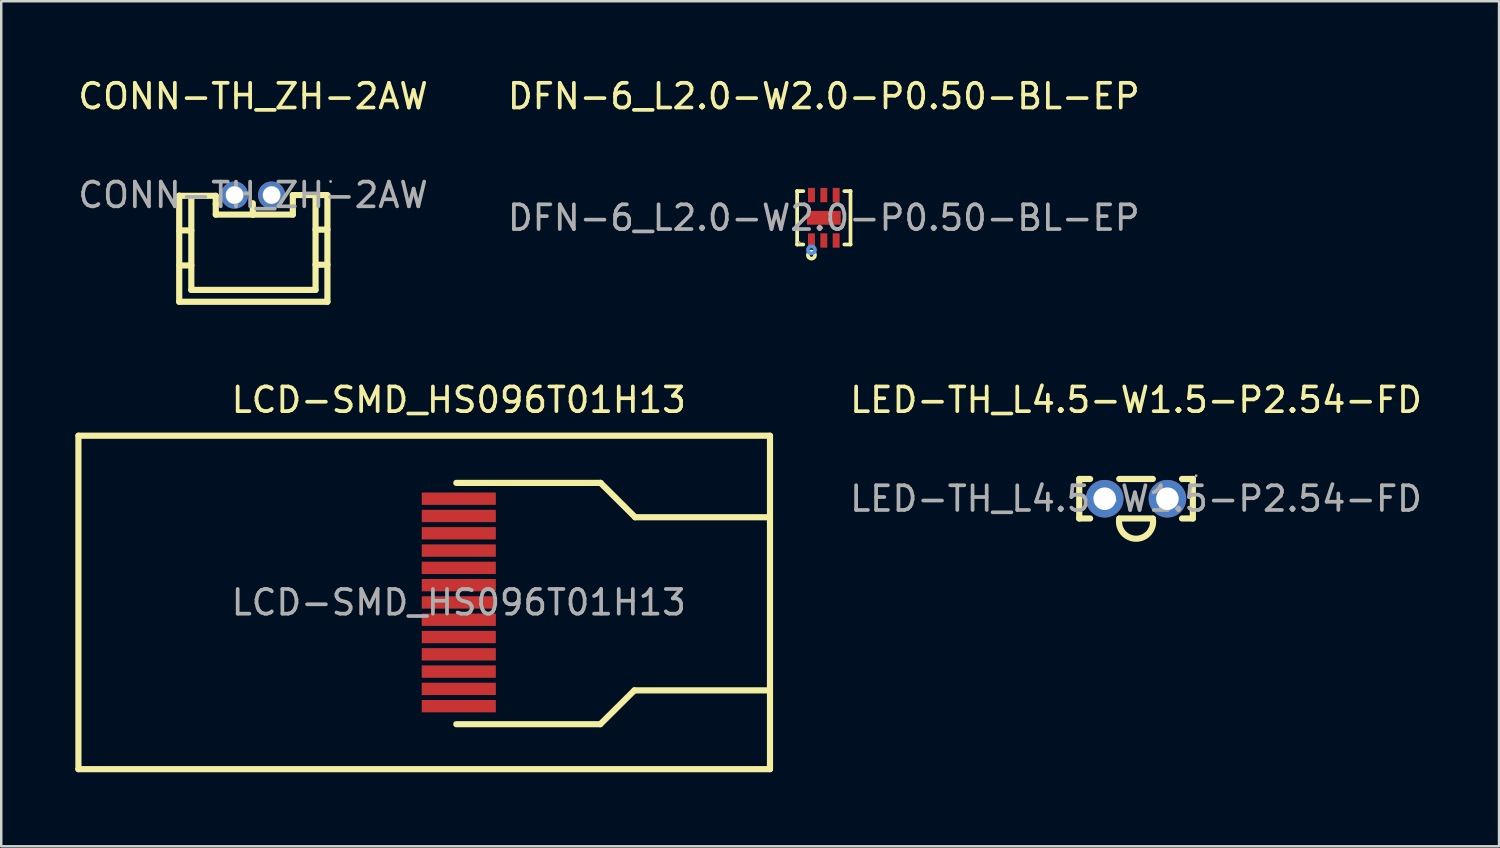
<source format=kicad_pcb>
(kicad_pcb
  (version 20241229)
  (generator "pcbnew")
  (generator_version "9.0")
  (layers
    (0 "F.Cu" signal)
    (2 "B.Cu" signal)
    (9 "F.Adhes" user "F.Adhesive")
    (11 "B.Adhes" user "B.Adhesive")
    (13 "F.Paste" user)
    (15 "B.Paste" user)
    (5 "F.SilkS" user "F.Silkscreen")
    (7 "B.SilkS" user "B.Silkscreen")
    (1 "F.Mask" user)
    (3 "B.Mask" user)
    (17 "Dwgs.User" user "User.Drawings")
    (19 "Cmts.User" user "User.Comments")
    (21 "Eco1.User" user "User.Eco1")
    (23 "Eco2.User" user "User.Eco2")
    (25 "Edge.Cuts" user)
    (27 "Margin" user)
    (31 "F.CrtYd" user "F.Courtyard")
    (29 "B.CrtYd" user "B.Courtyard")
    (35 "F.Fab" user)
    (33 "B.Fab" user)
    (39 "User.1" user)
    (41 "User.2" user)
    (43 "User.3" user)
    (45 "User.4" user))
  (footprint "CONN-TH_ZH-2AW"
    (layer "F.Cu")
    (at 7.196 4.848)
    (property "Reference" "CONN-TH_ZH-2AW" (at 0 -4 0) (layer "F.SilkS") (effects (font (size 1 1) (thickness 0.15))))
    (attr through_hole)
    (fp_line (start -2.99 0.03) (end -1.51 0.03) (stroke (width 0.25) (type solid)) (layer "F.SilkS"))
    (fp_line (start -2.99 4.32) (end -2.99 0.02) (stroke (width 0.25) (type solid)) (layer "F.SilkS"))
    (fp_line (start -2.98 1.43) (end -2.5 1.43) (stroke (width 0.25) (type solid)) (layer "F.SilkS"))
    (fp_line (start -2.98 2.85) (end -2.5 2.85) (stroke (width 0.25) (type solid)) (layer "F.SilkS"))
    (fp_line (start -2.5 3.84) (end -2.5 0.05) (stroke (width 0.25) (type solid)) (layer "F.SilkS"))
    (fp_line (start -1.51 0.03) (end -1.51 0.38) (stroke (width 0.25) (type solid)) (layer "F.SilkS"))
    (fp_line (start -1.51 0.79) (end -1.51 0.36) (stroke (width 0.25) (type solid)) (layer "F.SilkS"))
    (fp_line (start -0.01 0.79) (end -0.01 0.33) (stroke (width 0.25) (type solid)) (layer "F.SilkS"))
    (fp_line (start 0.01 0.79) (end -1.51 0.79) (stroke (width 0.25) (type solid)) (layer "F.SilkS"))
    (fp_line (start 1.61 0) (end 1.61 0.79) (stroke (width 0.25) (type solid)) (layer "F.SilkS"))
    (fp_line (start 1.61 0.79) (end -0.01 0.79) (stroke (width 0.25) (type solid)) (layer "F.SilkS"))
    (fp_line (start 2.53 1.4) (end 3.01 1.4) (stroke (width 0.25) (type solid)) (layer "F.SilkS"))
    (fp_line (start 2.53 2.82) (end 3.01 2.82) (stroke (width 0.25) (type solid)) (layer "F.SilkS"))
    (fp_line (start 2.53 3.84) (end -2.5 3.84) (stroke (width 0.25) (type solid)) (layer "F.SilkS"))
    (fp_line (start 2.53 3.84) (end 2.53 0.08) (stroke (width 0.25) (type solid)) (layer "F.SilkS"))
    (fp_line (start 3.01 0) (end 1.61 0) (stroke (width 0.25) (type solid)) (layer "F.SilkS"))
    (fp_line (start 3.01 4.32) (end -2.99 4.32) (stroke (width 0.25) (type solid)) (layer "F.SilkS"))
    (fp_line (start 3.01 4.32) (end 3.01 0.02) (stroke (width 0.25) (type solid)) (layer "F.SilkS"))
    (fp_circle (center -0.75 0) (end -0.63 0) (stroke (width 0.25) (type solid)) (fill no) (layer "F.Fab"))
    (fp_circle (center 0.75 0) (end 0.87 0) (stroke (width 0.25) (type solid)) (fill no) (layer "F.Fab"))
    (fp_circle (center 3.14 -0.55) (end 3.17 -0.55) (stroke (width 0.06) (type solid)) (fill no) (layer "F.Fab"))
    (fp_text user "${REFERENCE}" (at 0 0 0) (layer "F.Fab") (effects (font (size 1 1) (thickness 0.15))))
    (pad "1" thru_hole circle (at 0.75 0 180) (size 1.1 1.1) (drill 0.7) (layers "*.Cu" "*.Mask"))
    (pad "2" thru_hole circle (at -0.75 0 180) (size 1.1 1.1) (drill 0.7) (layers "*.Cu" "*.Mask")))
  (footprint "LCD-SMD_HS096T01H13"
    (layer "F.Cu")
    (at 15.525 21.341)
    (property "Reference" "LCD-SMD_HS096T01H13" (at 0 -8.2 0) (layer "F.SilkS") (effects (font (size 1 1) (thickness 0.15))))
    (attr through_hole)
    (fp_line (start -15.4 -6.75) (end -15.4 6.75) (stroke (width 0.25) (type solid)) (layer "F.SilkS"))
    (fp_line (start -0.1 -4.84) (end 5.74 -4.84) (stroke (width 0.25) (type solid)) (layer "F.SilkS"))
    (fp_line (start -0.1 4.93) (end 5.73 4.93) (stroke (width 0.25) (type solid)) (layer "F.SilkS"))
    (fp_line (start 5.73 4.93) (end 7.11 3.56) (stroke (width 0.25) (type solid)) (layer "F.SilkS"))
    (fp_line (start 5.74 -4.84) (end 7.14 -3.45) (stroke (width 0.25) (type solid)) (layer "F.SilkS"))
    (fp_line (start 7.11 3.56) (end 12.6 3.56) (stroke (width 0.25) (type solid)) (layer "F.SilkS"))
    (fp_line (start 7.14 -3.45) (end 12.6 -3.45) (stroke (width 0.25) (type solid)) (layer "F.SilkS"))
    (fp_line (start 12.6 -6.75) (end -15.4 -6.75) (stroke (width 0.25) (type solid)) (layer "F.SilkS"))
    (fp_line (start 12.6 -6.75) (end 12.6 6.75) (stroke (width 0.25) (type solid)) (layer "F.SilkS"))
    (fp_line (start 12.6 6.75) (end -15.4 6.75) (stroke (width 0.25) (type solid)) (layer "F.SilkS"))
    (fp_text user "${REFERENCE}" (at 0 0 0) (layer "F.Fab") (effects (font (size 1 1) (thickness 0.15))))
    (pad "1" smd rect (at 0 -4.2) (size 3 0.5) (layers "F.Cu" "F.Mask" "F.Paste"))
    (pad "2" smd rect (at 0 -3.5) (size 3 0.5) (layers "F.Cu" "F.Mask" "F.Paste"))
    (pad "3" smd rect (at 0 -2.8) (size 3 0.5) (layers "F.Cu" "F.Mask" "F.Paste"))
    (pad "4" smd rect (at 0 -2.1) (size 3 0.5) (layers "F.Cu" "F.Mask" "F.Paste"))
    (pad "5" smd rect (at 0 -1.4) (size 3 0.5) (layers "F.Cu" "F.Mask" "F.Paste"))
    (pad "6" smd rect (at 0 -0.7) (size 3 0.5) (layers "F.Cu" "F.Mask" "F.Paste"))
    (pad "7" smd rect (at 0 0) (size 3 0.5) (layers "F.Cu" "F.Mask" "F.Paste"))
    (pad "8" smd rect (at 0 0.7) (size 3 0.5) (layers "F.Cu" "F.Mask" "F.Paste"))
    (pad "9" smd rect (at 0 1.4) (size 3 0.5) (layers "F.Cu" "F.Mask" "F.Paste"))
    (pad "10" smd rect (at 0 2.1) (size 3 0.5) (layers "F.Cu" "F.Mask" "F.Paste"))
    (pad "11" smd rect (at 0 2.8) (size 3 0.5) (layers "F.Cu" "F.Mask" "F.Paste"))
    (pad "12" smd rect (at 0 3.5) (size 3 0.5) (layers "F.Cu" "F.Mask" "F.Paste"))
    (pad "13" smd rect (at 0 4.2) (size 3 0.5) (layers "F.Cu" "F.Mask" "F.Paste")))
  (footprint "DFN-6_L2.0-W2.0-P0.50-BL-EP"
    (layer "F.Cu")
    (at 30.304 5.768)
    (property "Reference" "DFN-6_L2.0-W2.0-P0.50-BL-EP" (at 0 -4.92 0) (layer "F.SilkS") (effects (font (size 1 1) (thickness 0.15))))
    (attr smd)
    (fp_line (start -1.08 -1.08) (end -1.08 -1.08) (stroke (width 0.15) (type solid)) (layer "F.SilkS"))
    (fp_line (start -1.08 -1.08) (end -0.83 -1.08) (stroke (width 0.15) (type solid)) (layer "F.SilkS"))
    (fp_line (start -1.08 1.08) (end -1.08 -1.08) (stroke (width 0.15) (type solid)) (layer "F.SilkS"))
    (fp_line (start -1.08 1.08) (end -1.08 1.08) (stroke (width 0.15) (type solid)) (layer "F.SilkS"))
    (fp_line (start -0.83 1.08) (end -1.08 1.08) (stroke (width 0.15) (type solid)) (layer "F.SilkS"))
    (fp_line (start 0.83 1.08) (end 1.08 1.08) (stroke (width 0.15) (type solid)) (layer "F.SilkS"))
    (fp_line (start 1.08 -1.08) (end 0.83 -1.08) (stroke (width 0.15) (type solid)) (layer "F.SilkS"))
    (fp_line (start 1.08 -1.08) (end 1.08 -1.08) (stroke (width 0.15) (type solid)) (layer "F.SilkS"))
    (fp_line (start 1.08 1.08) (end 1.08 -1.08) (stroke (width 0.15) (type solid)) (layer "F.SilkS"))
    (fp_line (start 1.08 1.08) (end 1.08 1.08) (stroke (width 0.15) (type solid)) (layer "F.SilkS"))
    (fp_circle (center -0.5 1.51) (end -0.43 1.51) (stroke (width 0.15) (type solid)) (fill no) (layer "F.SilkS"))
    (fp_circle (center -0.5 1.3) (end -0.43 1.3) (stroke (width 0.15) (type solid)) (fill no) (layer "Cmts.User"))
    (fp_circle (center -1 1) (end -0.97 1) (stroke (width 0.06) (type solid)) (fill no) (layer "F.Fab"))
    (fp_text user "${REFERENCE}" (at 0 0 0) (layer "F.Fab") (effects (font (size 1 1) (thickness 0.15))))
    (pad "1" smd rect (at -0.5 0.92) (size 0.28 0.58) (layers "F.Cu" "F.Mask" "F.Paste"))
    (pad "2" smd rect (at 0 0.92) (size 0.28 0.58) (layers "F.Cu" "F.Mask" "F.Paste"))
    (pad "3" smd rect (at 0.5 0.92) (size 0.28 0.58) (layers "F.Cu" "F.Mask" "F.Paste"))
    (pad "4" smd rect (at 0.5 -0.92) (size 0.28 0.58) (layers "F.Cu" "F.Mask" "F.Paste"))
    (pad "5" smd rect (at 0 -0.92) (size 0.28 0.58) (layers "F.Cu" "F.Mask" "F.Paste"))
    (pad "6" smd rect (at -0.5 -0.92) (size 0.28 0.58) (layers "F.Cu" "F.Mask" "F.Paste"))
    (pad "7" smd rect (at 0 0) (size 1.37 0.56) (layers "F.Cu" "F.Mask" "F.Paste")))
  (footprint "LED-TH_L4.5-W1.5-P2.54-FD"
    (layer "F.Cu")
    (at 42.946 17.142)
    (property "Reference" "LED-TH_L4.5-W1.5-P2.54-FD" (at 0 -4 0) (layer "F.SilkS") (effects (font (size 1 1) (thickness 0.15))))
    (attr through_hole)
    (fp_line (start -2.3 -0.8) (end -1.86 -0.8) (stroke (width 0.25) (type solid)) (layer "F.SilkS"))
    (fp_line (start -2.3 0.8) (end -2.3 -0.8) (stroke (width 0.25) (type solid)) (layer "F.SilkS"))
    (fp_line (start -1.86 0.8) (end -2.3 0.8) (stroke (width 0.25) (type solid)) (layer "F.SilkS"))
    (fp_line (start -0.68 -0.8) (end 0.68 -0.8) (stroke (width 0.25) (type solid)) (layer "F.SilkS"))
    (fp_line (start 0.68 0.8) (end -0.68 0.8) (stroke (width 0.25) (type solid)) (layer "F.SilkS"))
    (fp_line (start 1.86 -0.8) (end 2.3 -0.8) (stroke (width 0.25) (type solid)) (layer "F.SilkS"))
    (fp_line (start 2.3 -0.8) (end 2.3 0.8) (stroke (width 0.25) (type solid)) (layer "F.SilkS"))
    (fp_line (start 2.3 0.8) (end 1.86 0.8) (stroke (width 0.25) (type solid)) (layer "F.SilkS"))
    (fp_arc (start 0.680993 0.815772) (mid -0.002928 1.6205) (end -0.68 0.81) (stroke (width 0.25) (type solid)) (layer "F.SilkS"))
    (fp_circle (center -1.27 0) (end -1.09 0) (stroke (width 0.36) (type solid)) (fill no) (layer "F.Fab"))
    (fp_circle (center 1.27 0) (end 1.45 0) (stroke (width 0.36) (type solid)) (fill no) (layer "F.Fab"))
    (fp_circle (center 2.43 -0.93) (end 2.46 -0.93) (stroke (width 0.06) (type solid)) (fill no) (layer "F.Fab"))
    (fp_text user "${REFERENCE}" (at 0 0 0) (layer "F.Fab") (effects (font (size 1 1) (thickness 0.15))))
    (pad "1" thru_hole circle (at -1.27 0) (size 1.52 1.52) (drill 0.914) (layers "*.Cu" "*.Mask"))
    (pad "2" thru_hole circle (at 1.27 0) (size 1.52 1.52) (drill 0.914) (layers "*.Cu" "*.Mask")))
  (gr_rect
    (start -3 -3)
    (end 57.643 31.216)
    (stroke (width 0.1) (type default))
    (fill no)
    (layer "Edge.Cuts")))
</source>
